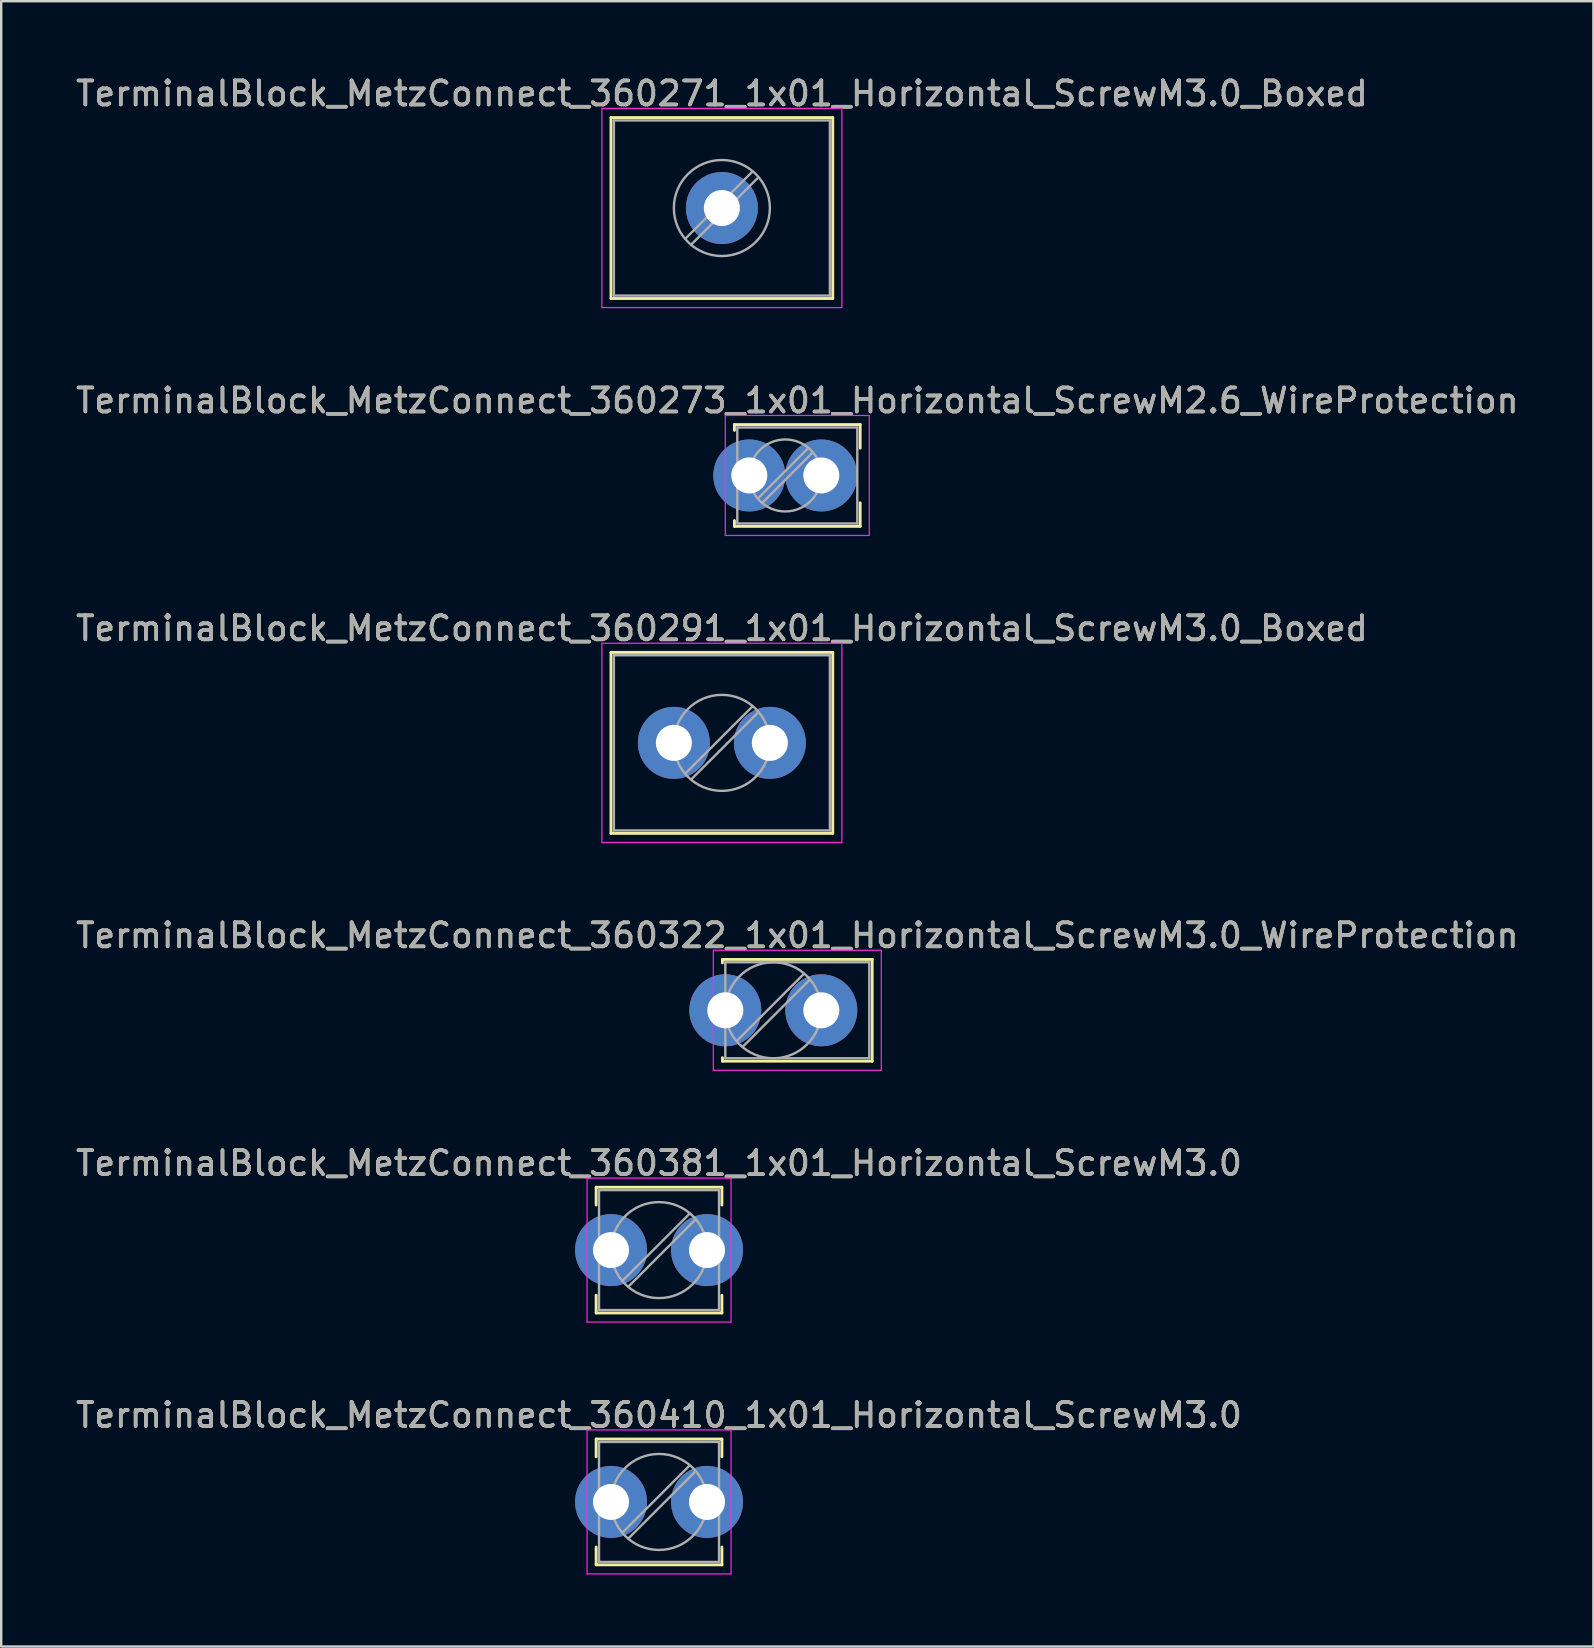
<source format=kicad_pcb>
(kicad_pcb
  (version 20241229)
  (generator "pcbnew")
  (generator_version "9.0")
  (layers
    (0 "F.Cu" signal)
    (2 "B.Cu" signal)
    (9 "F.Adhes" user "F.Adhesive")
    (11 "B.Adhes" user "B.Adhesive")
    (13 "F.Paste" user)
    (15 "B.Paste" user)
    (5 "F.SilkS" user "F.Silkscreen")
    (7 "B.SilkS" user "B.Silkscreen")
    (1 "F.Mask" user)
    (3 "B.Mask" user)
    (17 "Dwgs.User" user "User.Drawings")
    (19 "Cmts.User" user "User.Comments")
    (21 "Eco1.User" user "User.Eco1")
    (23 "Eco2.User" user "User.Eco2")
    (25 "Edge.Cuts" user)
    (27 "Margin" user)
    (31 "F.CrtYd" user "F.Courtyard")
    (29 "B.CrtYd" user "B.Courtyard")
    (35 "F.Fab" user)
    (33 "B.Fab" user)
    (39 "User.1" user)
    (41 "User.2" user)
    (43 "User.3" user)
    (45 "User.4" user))
  (footprint "TerminalBlock_MetzConnect_360271_1x01_Horizontal_ScrewM3.0_Boxed"
    (layer "F.Cu")
    (at 27.03 5.618)
    (property "Reference" "TerminalBlock_MetzConnect_360271_1x01_Horizontal_ScrewM3.0_Boxed" (at 0 -4.77 0) (layer "F.SilkS") (effects (font (size 1 1) (thickness 0.15))))
    (attr through_hole)
    (fp_line (start -4.62 -3.77) (end 4.62 -3.77) (stroke (width 0.12) (type solid)) (layer "F.SilkS"))
    (fp_line (start -4.62 3.77) (end -4.62 -3.77) (stroke (width 0.12) (type solid)) (layer "F.SilkS"))
    (fp_line (start 4.62 -3.77) (end 4.62 3.77) (stroke (width 0.12) (type solid)) (layer "F.SilkS"))
    (fp_line (start 4.62 3.77) (end -4.62 3.77) (stroke (width 0.12) (type solid)) (layer "F.SilkS"))
    (fp_line (start -5 -4.15) (end -5 4.15) (stroke (width 0.05) (type solid)) (layer "F.CrtYd"))
    (fp_line (start -5 4.15) (end 5 4.15) (stroke (width 0.05) (type solid)) (layer "F.CrtYd"))
    (fp_line (start 5 -4.15) (end -5 -4.15) (stroke (width 0.05) (type solid)) (layer "F.CrtYd"))
    (fp_line (start 5 4.15) (end 5 -4.15) (stroke (width 0.05) (type solid)) (layer "F.CrtYd"))
    (fp_line (start -4.5 -3.65) (end 4.5 -3.65) (stroke (width 0.1) (type solid)) (layer "F.Fab"))
    (fp_line (start -4.5 3.65) (end -4.5 -3.65) (stroke (width 0.1) (type solid)) (layer "F.Fab"))
    (fp_line (start 1.273 -1.517) (end -1.517 1.273) (stroke (width 0.1) (type solid)) (layer "F.Fab"))
    (fp_line (start 1.517 -1.273) (end -1.273 1.517) (stroke (width 0.1) (type solid)) (layer "F.Fab"))
    (fp_line (start 4.5 -3.65) (end 4.5 3.65) (stroke (width 0.1) (type solid)) (layer "F.Fab"))
    (fp_line (start 4.5 3.65) (end -4.5 3.65) (stroke (width 0.1) (type solid)) (layer "F.Fab"))
    (fp_circle (center 0 0) (end 2 0) (stroke (width 0.1) (type solid)) (fill no) (layer "F.Fab"))
    (fp_text user "${REFERENCE}" (at 0 -4.77 0) (layer "F.Fab") (effects (font (size 1 1) (thickness 0.15))))
    (pad "1" thru_hole circle (at 0 0) (size 3 3) (drill 1.5) (layers "*.Cu" "*.Mask")))
  (footprint "TerminalBlock_MetzConnect_360291_1x01_Horizontal_ScrewM3.0_Boxed"
    (layer "F.Cu")
    (at 25.03 27.905)
    (property "Reference" "TerminalBlock_MetzConnect_360291_1x01_Horizontal_ScrewM3.0_Boxed" (at 2 -4.77 0) (layer "F.SilkS") (effects (font (size 1 1) (thickness 0.15))))
    (attr through_hole)
    (fp_line (start -2.62 -3.77) (end 6.62 -3.77) (stroke (width 0.12) (type solid)) (layer "F.SilkS"))
    (fp_line (start -2.62 3.77) (end -2.62 -3.77) (stroke (width 0.12) (type solid)) (layer "F.SilkS"))
    (fp_line (start 6.62 -3.77) (end 6.62 3.77) (stroke (width 0.12) (type solid)) (layer "F.SilkS"))
    (fp_line (start 6.62 3.77) (end -2.62 3.77) (stroke (width 0.12) (type solid)) (layer "F.SilkS"))
    (fp_line (start -3 -4.15) (end -3 4.15) (stroke (width 0.05) (type solid)) (layer "F.CrtYd"))
    (fp_line (start -3 4.15) (end 7 4.15) (stroke (width 0.05) (type solid)) (layer "F.CrtYd"))
    (fp_line (start 7 -4.15) (end -3 -4.15) (stroke (width 0.05) (type solid)) (layer "F.CrtYd"))
    (fp_line (start 7 4.15) (end 7 -4.15) (stroke (width 0.05) (type solid)) (layer "F.CrtYd"))
    (fp_line (start -2.5 -3.65) (end 6.5 -3.65) (stroke (width 0.1) (type solid)) (layer "F.Fab"))
    (fp_line (start -2.5 3.65) (end -2.5 -3.65) (stroke (width 0.1) (type solid)) (layer "F.Fab"))
    (fp_line (start 3.273 -1.517) (end 0.483 1.273) (stroke (width 0.1) (type solid)) (layer "F.Fab"))
    (fp_line (start 3.517 -1.273) (end 0.727 1.517) (stroke (width 0.1) (type solid)) (layer "F.Fab"))
    (fp_line (start 6.5 -3.65) (end 6.5 3.65) (stroke (width 0.1) (type solid)) (layer "F.Fab"))
    (fp_line (start 6.5 3.65) (end -2.5 3.65) (stroke (width 0.1) (type solid)) (layer "F.Fab"))
    (fp_circle (center 2 0) (end 4 0) (stroke (width 0.1) (type solid)) (fill no) (layer "F.Fab"))
    (fp_text user "${REFERENCE}" (at 2 -4.77 0) (layer "F.Fab") (effects (font (size 1 1) (thickness 0.15))))
    (pad "1" thru_hole circle (at 0 0) (size 3 3) (drill 1.5) (layers "*.Cu" "*.Mask"))
    (pad "1" thru_hole circle (at 4 0) (size 3 3) (drill 1.5) (layers "*.Cu" "*.Mask")))
  (footprint "TerminalBlock_MetzConnect_360273_1x01_Horizontal_ScrewM2.6_WireProtection"
    (layer "F.Cu")
    (at 28.173 16.762)
    (property "Reference" "TerminalBlock_MetzConnect_360273_1x01_Horizontal_ScrewM2.6_WireProtection" (at 2 -3.12 0) (layer "F.SilkS") (effects (font (size 1 1) (thickness 0.15))))
    (attr through_hole)
    (fp_line (start -0.62 -2.12) (end 4.62 -2.12) (stroke (width 0.12) (type solid)) (layer "F.SilkS"))
    (fp_line (start -0.62 -1.88) (end -0.62 -2.12) (stroke (width 0.12) (type solid)) (layer "F.SilkS"))
    (fp_line (start -0.62 2.12) (end -0.62 1.88) (stroke (width 0.12) (type solid)) (layer "F.SilkS"))
    (fp_line (start 4.62 -2.12) (end 4.62 -1.138) (stroke (width 0.12) (type solid)) (layer "F.SilkS"))
    (fp_line (start 4.62 1.138) (end 4.62 2.12) (stroke (width 0.12) (type solid)) (layer "F.SilkS"))
    (fp_line (start 4.62 2.12) (end -0.62 2.12) (stroke (width 0.12) (type solid)) (layer "F.SilkS"))
    (fp_line (start -1 -2.5) (end -1 2.5) (stroke (width 0.05) (type solid)) (layer "F.CrtYd"))
    (fp_line (start -1 2.5) (end 5 2.5) (stroke (width 0.05) (type solid)) (layer "F.CrtYd"))
    (fp_line (start 5 -2.5) (end -1 -2.5) (stroke (width 0.05) (type solid)) (layer "F.CrtYd"))
    (fp_line (start 5 2.5) (end 5 -2.5) (stroke (width 0.05) (type solid)) (layer "F.CrtYd"))
    (fp_line (start -0.5 -2) (end 4.5 -2) (stroke (width 0.1) (type solid)) (layer "F.Fab"))
    (fp_line (start -0.5 2) (end -0.5 -2) (stroke (width 0.1) (type solid)) (layer "F.Fab"))
    (fp_line (start 2.455 -1.138) (end 0.362 0.955) (stroke (width 0.1) (type solid)) (layer "F.Fab"))
    (fp_line (start 2.638 -0.955) (end 0.545 1.138) (stroke (width 0.1) (type solid)) (layer "F.Fab"))
    (fp_line (start 4.5 -2) (end 4.5 2) (stroke (width 0.1) (type solid)) (layer "F.Fab"))
    (fp_line (start 4.5 2) (end -0.5 2) (stroke (width 0.1) (type solid)) (layer "F.Fab"))
    (fp_circle (center 1.5 0) (end 3 0) (stroke (width 0.1) (type solid)) (fill no) (layer "F.Fab"))
    (fp_text user "${REFERENCE}" (at 2 -3.12 0) (layer "F.Fab") (effects (font (size 1 1) (thickness 0.15))))
    (pad "1" thru_hole circle (at 0 0) (size 3 3) (drill 1.5) (layers "*.Cu" "*.Mask"))
    (pad "1" thru_hole circle (at 3 0) (size 3 3) (drill 1.5) (layers "*.Cu" "*.Mask")))
  (footprint "TerminalBlock_MetzConnect_360381_1x01_Horizontal_ScrewM3.0"
    (layer "F.Cu")
    (at 22.411 49.041)
    (property "Reference" "TerminalBlock_MetzConnect_360381_1x01_Horizontal_ScrewM3.0" (at 2 -3.62 0) (layer "F.SilkS") (effects (font (size 1 1) (thickness 0.15))))
    (attr through_hole)
    (fp_line (start -0.62 -2.62) (end 4.62 -2.62) (stroke (width 0.12) (type solid)) (layer "F.SilkS"))
    (fp_line (start -0.62 -1.88) (end -0.62 -2.62) (stroke (width 0.12) (type solid)) (layer "F.SilkS"))
    (fp_line (start -0.62 2.62) (end -0.62 1.88) (stroke (width 0.12) (type solid)) (layer "F.SilkS"))
    (fp_line (start 4.62 -2.62) (end 4.62 -1.88) (stroke (width 0.12) (type solid)) (layer "F.SilkS"))
    (fp_line (start 4.62 1.88) (end 4.62 2.62) (stroke (width 0.12) (type solid)) (layer "F.SilkS"))
    (fp_line (start 4.62 2.62) (end -0.62 2.62) (stroke (width 0.12) (type solid)) (layer "F.SilkS"))
    (fp_line (start -1 -3) (end -1 3) (stroke (width 0.05) (type solid)) (layer "F.CrtYd"))
    (fp_line (start -1 3) (end 5 3) (stroke (width 0.05) (type solid)) (layer "F.CrtYd"))
    (fp_line (start 5 -3) (end -1 -3) (stroke (width 0.05) (type solid)) (layer "F.CrtYd"))
    (fp_line (start 5 3) (end 5 -3) (stroke (width 0.05) (type solid)) (layer "F.CrtYd"))
    (fp_line (start -0.5 -2.5) (end 4.5 -2.5) (stroke (width 0.1) (type solid)) (layer "F.Fab"))
    (fp_line (start -0.5 2.5) (end -0.5 -2.5) (stroke (width 0.1) (type solid)) (layer "F.Fab"))
    (fp_line (start 3.273 -1.517) (end 0.483 1.273) (stroke (width 0.1) (type solid)) (layer "F.Fab"))
    (fp_line (start 3.517 -1.273) (end 0.727 1.517) (stroke (width 0.1) (type solid)) (layer "F.Fab"))
    (fp_line (start 4.5 -2.5) (end 4.5 2.5) (stroke (width 0.1) (type solid)) (layer "F.Fab"))
    (fp_line (start 4.5 2.5) (end -0.5 2.5) (stroke (width 0.1) (type solid)) (layer "F.Fab"))
    (fp_circle (center 2 0) (end 4 0) (stroke (width 0.1) (type solid)) (fill no) (layer "F.Fab"))
    (fp_text user "${REFERENCE}" (at 2 -3.62 0) (layer "F.Fab") (effects (font (size 1 1) (thickness 0.15))))
    (pad "1" thru_hole circle (at 0 0) (size 3 3) (drill 1.5) (layers "*.Cu" "*.Mask"))
    (pad "1" thru_hole circle (at 4 0) (size 3 3) (drill 1.5) (layers "*.Cu" "*.Mask")))
  (footprint "TerminalBlock_MetzConnect_360410_1x01_Horizontal_ScrewM3.0"
    (layer "F.Cu")
    (at 22.411 59.535)
    (property "Reference" "TerminalBlock_MetzConnect_360410_1x01_Horizontal_ScrewM3.0" (at 2 -3.62 0) (layer "F.SilkS") (effects (font (size 1 1) (thickness 0.15))))
    (attr through_hole)
    (fp_line (start -0.62 -2.62) (end 4.62 -2.62) (stroke (width 0.12) (type solid)) (layer "F.SilkS"))
    (fp_line (start -0.62 -1.88) (end -0.62 -2.62) (stroke (width 0.12) (type solid)) (layer "F.SilkS"))
    (fp_line (start -0.62 2.62) (end -0.62 1.88) (stroke (width 0.12) (type solid)) (layer "F.SilkS"))
    (fp_line (start 4.62 -2.62) (end 4.62 -1.88) (stroke (width 0.12) (type solid)) (layer "F.SilkS"))
    (fp_line (start 4.62 1.88) (end 4.62 2.62) (stroke (width 0.12) (type solid)) (layer "F.SilkS"))
    (fp_line (start 4.62 2.62) (end -0.62 2.62) (stroke (width 0.12) (type solid)) (layer "F.SilkS"))
    (fp_line (start -1 -3) (end -1 3) (stroke (width 0.05) (type solid)) (layer "F.CrtYd"))
    (fp_line (start -1 3) (end 5 3) (stroke (width 0.05) (type solid)) (layer "F.CrtYd"))
    (fp_line (start 5 -3) (end -1 -3) (stroke (width 0.05) (type solid)) (layer "F.CrtYd"))
    (fp_line (start 5 3) (end 5 -3) (stroke (width 0.05) (type solid)) (layer "F.CrtYd"))
    (fp_line (start -0.5 -2.5) (end 4.5 -2.5) (stroke (width 0.1) (type solid)) (layer "F.Fab"))
    (fp_line (start -0.5 2.5) (end -0.5 -2.5) (stroke (width 0.1) (type solid)) (layer "F.Fab"))
    (fp_line (start 3.273 -1.517) (end 0.483 1.273) (stroke (width 0.1) (type solid)) (layer "F.Fab"))
    (fp_line (start 3.517 -1.273) (end 0.727 1.517) (stroke (width 0.1) (type solid)) (layer "F.Fab"))
    (fp_line (start 4.5 -2.5) (end 4.5 2.5) (stroke (width 0.1) (type solid)) (layer "F.Fab"))
    (fp_line (start 4.5 2.5) (end -0.5 2.5) (stroke (width 0.1) (type solid)) (layer "F.Fab"))
    (fp_circle (center 2 0) (end 4 0) (stroke (width 0.1) (type solid)) (fill no) (layer "F.Fab"))
    (fp_text user "${REFERENCE}" (at 2 -3.62 0) (layer "F.Fab") (effects (font (size 1 1) (thickness 0.15))))
    (pad "1" thru_hole circle (at 0 0) (size 3 3) (drill 1.5) (layers "*.Cu" "*.Mask"))
    (pad "1" thru_hole circle (at 4 0) (size 3 3) (drill 1.5) (layers "*.Cu" "*.Mask")))
  (footprint "TerminalBlock_MetzConnect_360322_1x01_Horizontal_ScrewM3.0_WireProtection"
    (layer "F.Cu")
    (at 27.173 39.048)
    (property "Reference" "TerminalBlock_MetzConnect_360322_1x01_Horizontal_ScrewM3.0_WireProtection" (at 3 -3.12 0) (layer "F.SilkS") (effects (font (size 1 1) (thickness 0.15))))
    (attr through_hole)
    (fp_line (start -0.12 -2.12) (end 6.12 -2.12) (stroke (width 0.12) (type solid)) (layer "F.SilkS"))
    (fp_line (start -0.12 -1.976) (end -0.12 -2.12) (stroke (width 0.12) (type solid)) (layer "F.SilkS"))
    (fp_line (start -0.12 2.12) (end -0.12 1.976) (stroke (width 0.12) (type solid)) (layer "F.SilkS"))
    (fp_line (start 6.12 -2.12) (end 6.12 2.12) (stroke (width 0.12) (type solid)) (layer "F.SilkS"))
    (fp_line (start 6.12 2.12) (end -0.12 2.12) (stroke (width 0.12) (type solid)) (layer "F.SilkS"))
    (fp_line (start -0.5 -2.5) (end -0.5 2.5) (stroke (width 0.05) (type solid)) (layer "F.CrtYd"))
    (fp_line (start -0.5 2.5) (end 6.5 2.5) (stroke (width 0.05) (type solid)) (layer "F.CrtYd"))
    (fp_line (start 6.5 -2.5) (end -0.5 -2.5) (stroke (width 0.05) (type solid)) (layer "F.CrtYd"))
    (fp_line (start 6.5 2.5) (end 6.5 -2.5) (stroke (width 0.05) (type solid)) (layer "F.CrtYd"))
    (fp_line (start 0 -2) (end 6 -2) (stroke (width 0.1) (type solid)) (layer "F.Fab"))
    (fp_line (start 0 2) (end 0 -2) (stroke (width 0.1) (type solid)) (layer "F.Fab"))
    (fp_line (start 3.273 -1.517) (end 0.483 1.273) (stroke (width 0.1) (type solid)) (layer "F.Fab"))
    (fp_line (start 3.517 -1.273) (end 0.727 1.517) (stroke (width 0.1) (type solid)) (layer "F.Fab"))
    (fp_line (start 6 -2) (end 6 2) (stroke (width 0.1) (type solid)) (layer "F.Fab"))
    (fp_line (start 6 2) (end 0 2) (stroke (width 0.1) (type solid)) (layer "F.Fab"))
    (fp_circle (center 2 0) (end 4 0) (stroke (width 0.1) (type solid)) (fill no) (layer "F.Fab"))
    (fp_text user "${REFERENCE}" (at 3 -3.12 0) (layer "F.Fab") (effects (font (size 1 1) (thickness 0.15))))
    (pad "1" thru_hole circle (at 0 0) (size 3 3) (drill 1.5) (layers "*.Cu" "*.Mask"))
    (pad "1" thru_hole circle (at 4 0) (size 3 3) (drill 1.5) (layers "*.Cu" "*.Mask")))
  (gr_rect
    (start -3 -3)
    (end 63.345 65.559)
    (stroke (width 0.1) (type default))
    (fill no)
    (layer "Edge.Cuts")))
</source>
